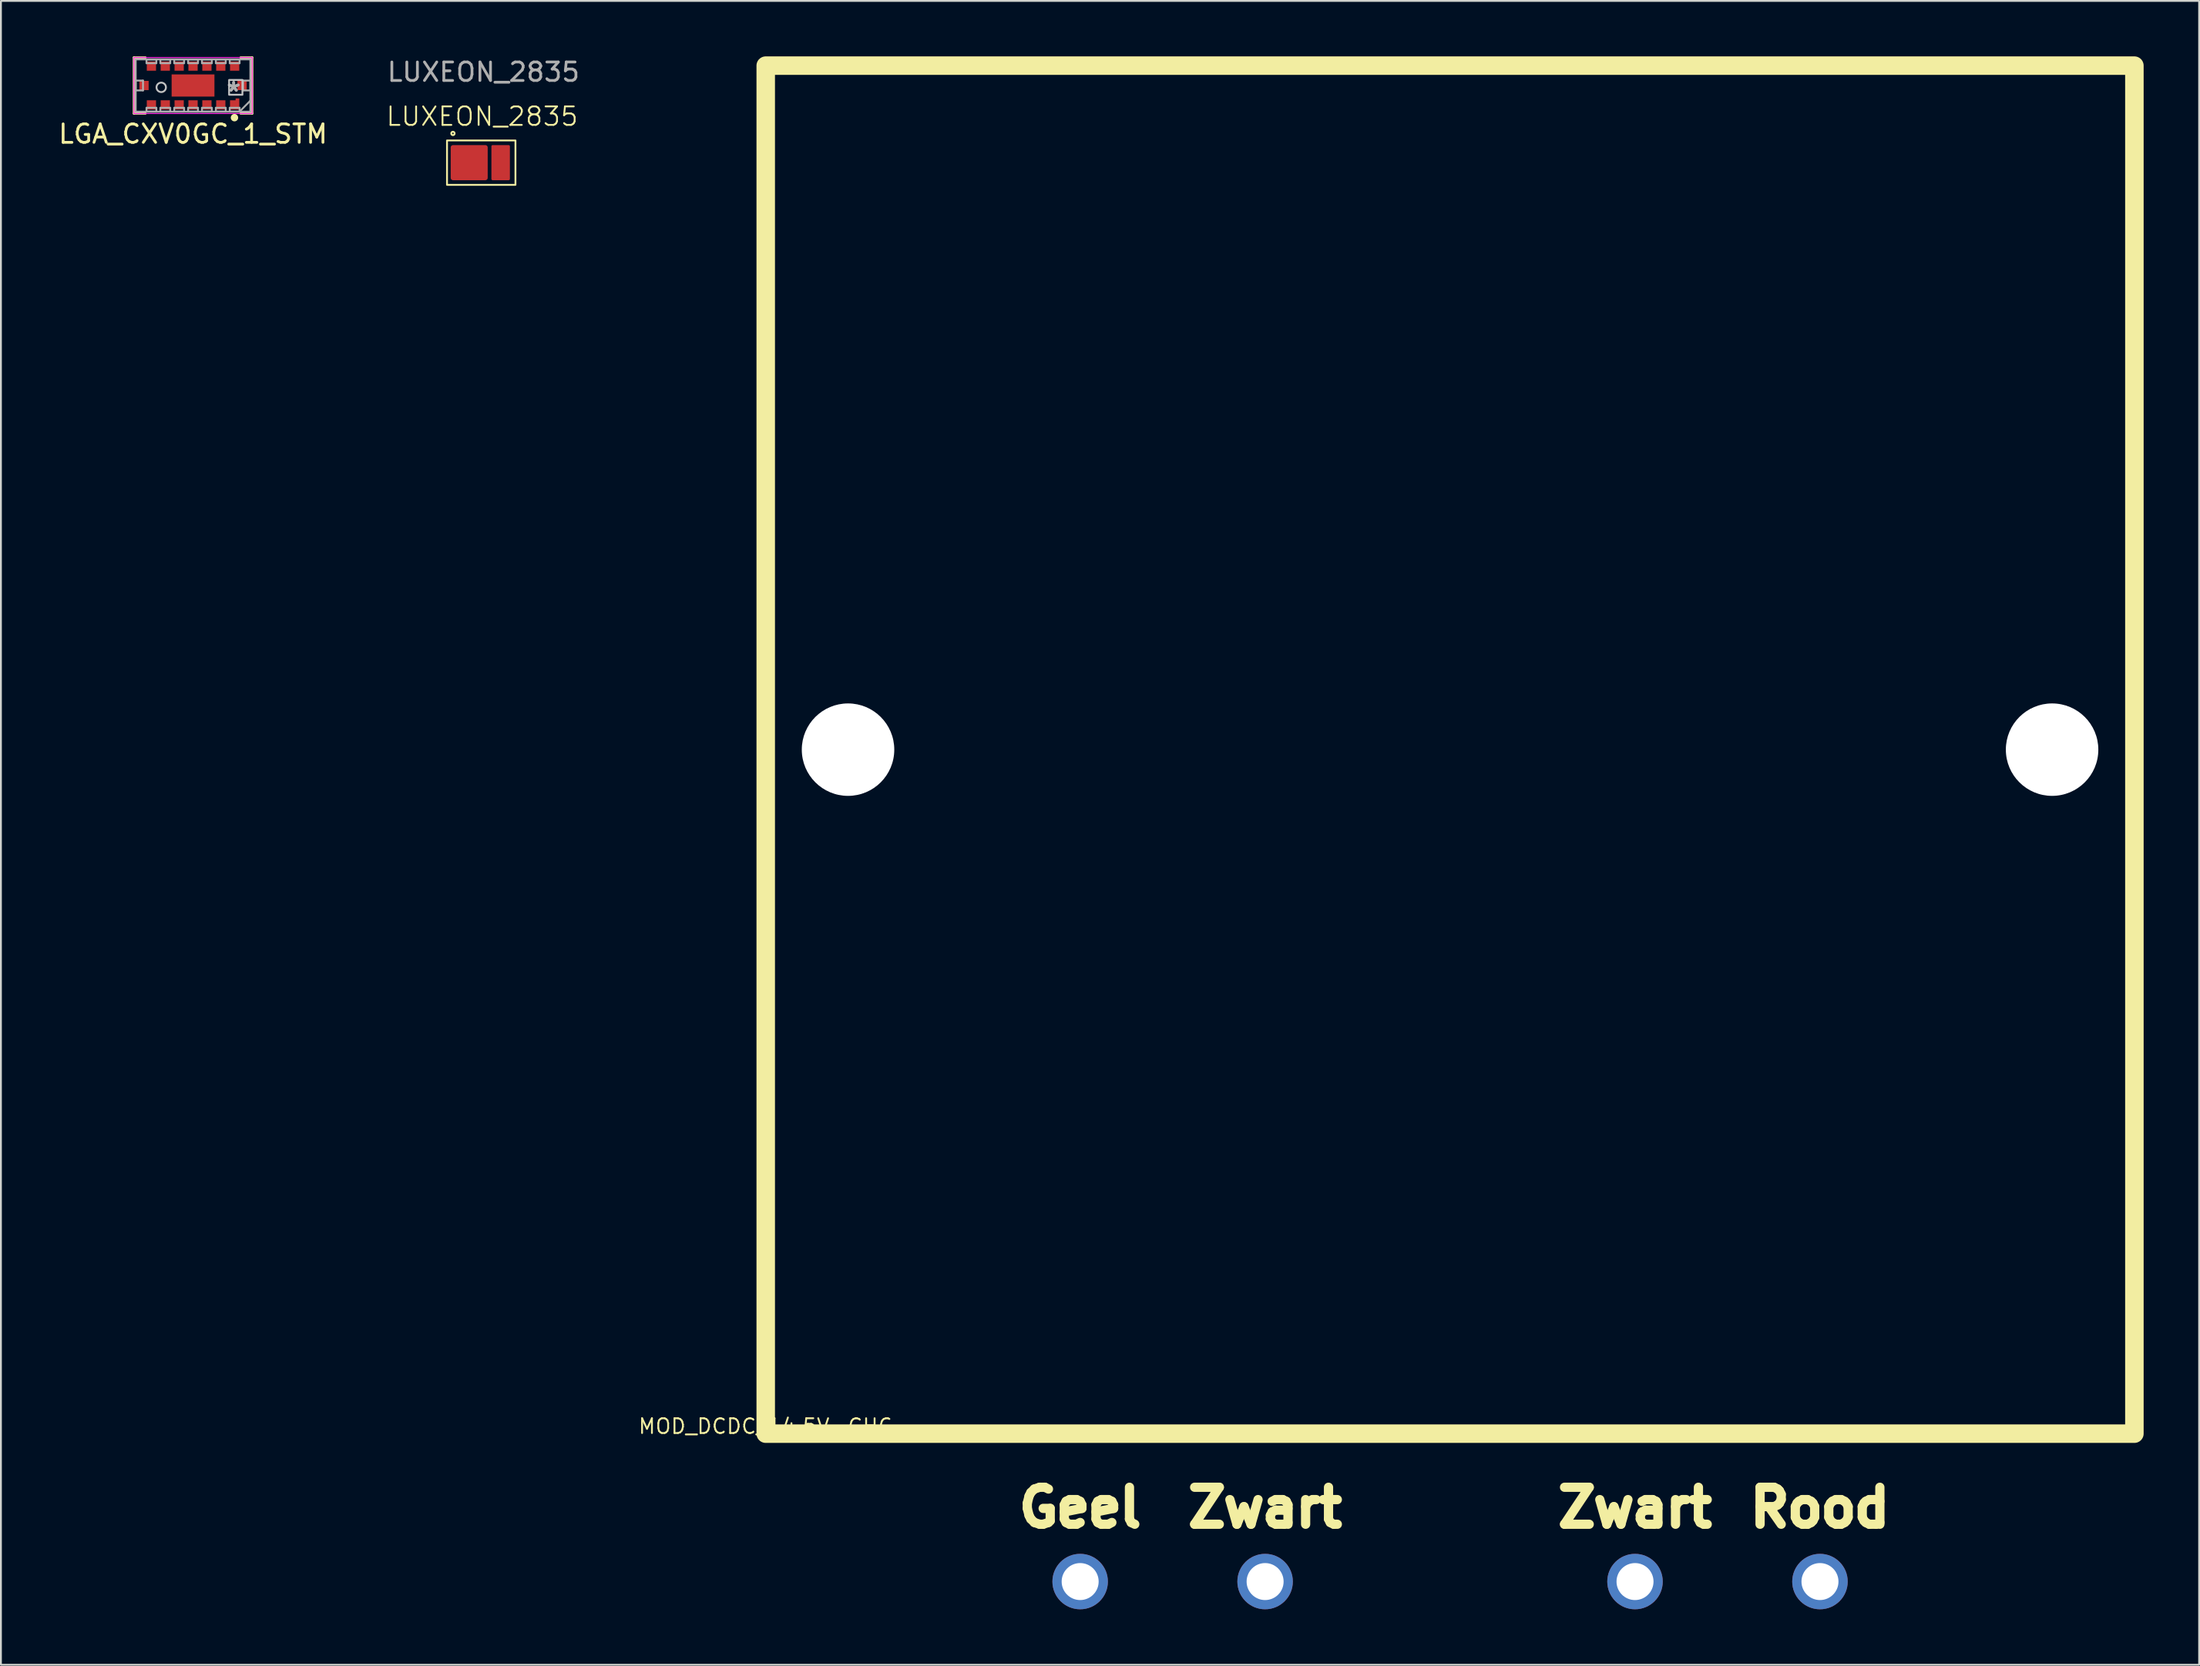
<source format=kicad_pcb>
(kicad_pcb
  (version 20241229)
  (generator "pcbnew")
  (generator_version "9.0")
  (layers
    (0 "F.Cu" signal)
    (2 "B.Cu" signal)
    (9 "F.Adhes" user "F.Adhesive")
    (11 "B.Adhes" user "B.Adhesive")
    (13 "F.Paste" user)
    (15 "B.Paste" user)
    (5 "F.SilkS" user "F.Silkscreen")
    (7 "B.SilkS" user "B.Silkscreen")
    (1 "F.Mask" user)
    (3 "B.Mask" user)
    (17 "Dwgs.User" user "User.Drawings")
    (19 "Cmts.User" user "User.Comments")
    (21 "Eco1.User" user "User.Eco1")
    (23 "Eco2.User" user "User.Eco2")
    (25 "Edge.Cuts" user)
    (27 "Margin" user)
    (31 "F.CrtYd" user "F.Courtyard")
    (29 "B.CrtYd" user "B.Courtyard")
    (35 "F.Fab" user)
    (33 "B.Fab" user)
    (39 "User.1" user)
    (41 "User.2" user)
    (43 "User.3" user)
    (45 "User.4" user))
  (footprint "LGA_CXV0GC_1_STM"
    (layer "F.Cu")
    (at 7.387 1.575)
    (property "Reference" "LGA_CXV0GC_1_STM" (at 0 2.62 0) (layer "F.SilkS") (effects (font (size 1 1) (thickness 0.15))))
    (attr smd)
    (fp_line (start -3.2 -1.515) (end -2.57 -1.515) (stroke (width 0.12) (type solid)) (layer "F.SilkS"))
    (fp_line (start -3.2 1.515) (end -3.2 -1.515) (stroke (width 0.12) (type solid)) (layer "F.SilkS"))
    (fp_line (start -2.57 1.515) (end -3.2 1.515) (stroke (width 0.12) (type solid)) (layer "F.SilkS"))
    (fp_line (start 2.57 -1.515) (end 3.2 -1.515) (stroke (width 0.12) (type solid)) (layer "F.SilkS"))
    (fp_line (start 3.2 -1.515) (end 3.2 1.515) (stroke (width 0.12) (type solid)) (layer "F.SilkS"))
    (fp_line (start 3.2 1.515) (end 2.57 1.515) (stroke (width 0.12) (type solid)) (layer "F.SilkS"))
    (fp_circle (center 2.24 1.74) (end 2.34 1.74) (stroke (width 0.2) (type solid)) (fill yes) (layer "F.SilkS"))
    (fp_rect (start 1.95 -0.3) (end 2.67 0.5) (stroke (width 0.1) (type default)) (fill no) (layer "Dwgs.User"))
    (fp_circle (center -1.72 0.1) (end -1.465 0.1) (stroke (width 0.1) (type solid)) (fill no) (layer "Dwgs.User"))
    (fp_line (start -3.2 -1.515) (end 3.2 -1.515) (stroke (width 0.05) (type solid)) (layer "F.CrtYd"))
    (fp_line (start -3.2 1.515) (end -3.2 -1.515) (stroke (width 0.05) (type solid)) (layer "F.CrtYd"))
    (fp_line (start -3.2 1.515) (end 3.2 1.515) (stroke (width 0.05) (type solid)) (layer "F.CrtYd"))
    (fp_line (start 3.2 -1.515) (end 3.2 1.515) (stroke (width 0.05) (type solid)) (layer "F.CrtYd"))
    (fp_line (start -3.1 -1.415) (end -3.1 1.415) (stroke (width 0.1) (type solid)) (layer "F.Fab"))
    (fp_line (start -3.1 1.415) (end 3.1 1.415) (stroke (width 0.1) (type solid)) (layer "F.Fab"))
    (fp_line (start -3.099 -1.41) (end -3.099 -1.41) (stroke (width 0.1) (type solid)) (layer "F.Fab"))
    (fp_line (start -3.099 -0.267) (end -2.705 -0.267) (stroke (width 0.1) (type solid)) (layer "F.Fab"))
    (fp_line (start -3.099 0.267) (end -3.099 -0.267) (stroke (width 0.1) (type solid)) (layer "F.Fab"))
    (fp_line (start -3.099 1.41) (end -3.099 1.41) (stroke (width 0.1) (type solid)) (layer "F.Fab"))
    (fp_line (start -2.705 -0.267) (end -2.705 0.267) (stroke (width 0.1) (type solid)) (layer "F.Fab"))
    (fp_line (start -2.705 0.267) (end -3.099 0.267) (stroke (width 0.1) (type solid)) (layer "F.Fab"))
    (fp_line (start -2.517 -1.41) (end -1.983 -1.41) (stroke (width 0.1) (type solid)) (layer "F.Fab"))
    (fp_line (start -2.517 -1.206) (end -2.517 -1.41) (stroke (width 0.1) (type solid)) (layer "F.Fab"))
    (fp_line (start -2.517 1.206) (end -1.983 1.206) (stroke (width 0.1) (type solid)) (layer "F.Fab"))
    (fp_line (start -2.517 1.41) (end -2.517 1.206) (stroke (width 0.1) (type solid)) (layer "F.Fab"))
    (fp_line (start -1.983 -1.41) (end -1.983 -1.206) (stroke (width 0.1) (type solid)) (layer "F.Fab"))
    (fp_line (start -1.983 -1.206) (end -2.517 -1.206) (stroke (width 0.1) (type solid)) (layer "F.Fab"))
    (fp_line (start -1.983 1.206) (end -1.983 1.41) (stroke (width 0.1) (type solid)) (layer "F.Fab"))
    (fp_line (start -1.983 1.41) (end -2.517 1.41) (stroke (width 0.1) (type solid)) (layer "F.Fab"))
    (fp_line (start -1.767 -1.41) (end -1.233 -1.41) (stroke (width 0.1) (type solid)) (layer "F.Fab"))
    (fp_line (start -1.767 -1.206) (end -1.767 -1.41) (stroke (width 0.1) (type solid)) (layer "F.Fab"))
    (fp_line (start -1.767 1.206) (end -1.233 1.206) (stroke (width 0.1) (type solid)) (layer "F.Fab"))
    (fp_line (start -1.767 1.41) (end -1.767 1.206) (stroke (width 0.1) (type solid)) (layer "F.Fab"))
    (fp_line (start -1.233 -1.41) (end -1.233 -1.206) (stroke (width 0.1) (type solid)) (layer "F.Fab"))
    (fp_line (start -1.233 -1.206) (end -1.767 -1.206) (stroke (width 0.1) (type solid)) (layer "F.Fab"))
    (fp_line (start -1.233 1.206) (end -1.233 1.41) (stroke (width 0.1) (type solid)) (layer "F.Fab"))
    (fp_line (start -1.233 1.41) (end -1.767 1.41) (stroke (width 0.1) (type solid)) (layer "F.Fab"))
    (fp_line (start -1.017 -1.41) (end -0.483 -1.41) (stroke (width 0.1) (type solid)) (layer "F.Fab"))
    (fp_line (start -1.017 -1.206) (end -1.017 -1.41) (stroke (width 0.1) (type solid)) (layer "F.Fab"))
    (fp_line (start -1.017 1.206) (end -0.483 1.206) (stroke (width 0.1) (type solid)) (layer "F.Fab"))
    (fp_line (start -1.017 1.41) (end -1.017 1.206) (stroke (width 0.1) (type solid)) (layer "F.Fab"))
    (fp_line (start -0.483 -1.41) (end -0.483 -1.206) (stroke (width 0.1) (type solid)) (layer "F.Fab"))
    (fp_line (start -0.483 -1.206) (end -1.017 -1.206) (stroke (width 0.1) (type solid)) (layer "F.Fab"))
    (fp_line (start -0.483 1.206) (end -0.483 1.41) (stroke (width 0.1) (type solid)) (layer "F.Fab"))
    (fp_line (start -0.483 1.41) (end -1.017 1.41) (stroke (width 0.1) (type solid)) (layer "F.Fab"))
    (fp_line (start -0.267 -1.41) (end 0.267 -1.41) (stroke (width 0.1) (type solid)) (layer "F.Fab"))
    (fp_line (start -0.267 -1.206) (end -0.267 -1.41) (stroke (width 0.1) (type solid)) (layer "F.Fab"))
    (fp_line (start -0.267 1.206) (end 0.267 1.206) (stroke (width 0.1) (type solid)) (layer "F.Fab"))
    (fp_line (start -0.267 1.41) (end -0.267 1.206) (stroke (width 0.1) (type solid)) (layer "F.Fab"))
    (fp_line (start 0.267 -1.41) (end 0.267 -1.206) (stroke (width 0.1) (type solid)) (layer "F.Fab"))
    (fp_line (start 0.267 -1.206) (end -0.267 -1.206) (stroke (width 0.1) (type solid)) (layer "F.Fab"))
    (fp_line (start 0.267 1.206) (end 0.267 1.41) (stroke (width 0.1) (type solid)) (layer "F.Fab"))
    (fp_line (start 0.267 1.41) (end -0.267 1.41) (stroke (width 0.1) (type solid)) (layer "F.Fab"))
    (fp_line (start 0.483 -1.41) (end 1.017 -1.41) (stroke (width 0.1) (type solid)) (layer "F.Fab"))
    (fp_line (start 0.483 -1.206) (end 0.483 -1.41) (stroke (width 0.1) (type solid)) (layer "F.Fab"))
    (fp_line (start 0.483 1.206) (end 1.017 1.206) (stroke (width 0.1) (type solid)) (layer "F.Fab"))
    (fp_line (start 0.483 1.41) (end 0.483 1.206) (stroke (width 0.1) (type solid)) (layer "F.Fab"))
    (fp_line (start 1.017 -1.41) (end 1.017 -1.206) (stroke (width 0.1) (type solid)) (layer "F.Fab"))
    (fp_line (start 1.017 -1.206) (end 0.483 -1.206) (stroke (width 0.1) (type solid)) (layer "F.Fab"))
    (fp_line (start 1.017 1.206) (end 1.017 1.41) (stroke (width 0.1) (type solid)) (layer "F.Fab"))
    (fp_line (start 1.017 1.41) (end 0.483 1.41) (stroke (width 0.1) (type solid)) (layer "F.Fab"))
    (fp_line (start 1.233 -1.41) (end 1.767 -1.41) (stroke (width 0.1) (type solid)) (layer "F.Fab"))
    (fp_line (start 1.233 -1.206) (end 1.233 -1.41) (stroke (width 0.1) (type solid)) (layer "F.Fab"))
    (fp_line (start 1.233 1.206) (end 1.767 1.206) (stroke (width 0.1) (type solid)) (layer "F.Fab"))
    (fp_line (start 1.233 1.41) (end 1.233 1.206) (stroke (width 0.1) (type solid)) (layer "F.Fab"))
    (fp_line (start 1.767 -1.41) (end 1.767 -1.206) (stroke (width 0.1) (type solid)) (layer "F.Fab"))
    (fp_line (start 1.767 -1.206) (end 1.233 -1.206) (stroke (width 0.1) (type solid)) (layer "F.Fab"))
    (fp_line (start 1.767 1.206) (end 1.767 1.41) (stroke (width 0.1) (type solid)) (layer "F.Fab"))
    (fp_line (start 1.767 1.41) (end 1.233 1.41) (stroke (width 0.1) (type solid)) (layer "F.Fab"))
    (fp_line (start 1.983 -1.41) (end 2.517 -1.41) (stroke (width 0.1) (type solid)) (layer "F.Fab"))
    (fp_line (start 1.983 -1.206) (end 1.983 -1.41) (stroke (width 0.1) (type solid)) (layer "F.Fab"))
    (fp_line (start 1.983 1.206) (end 2.517 1.206) (stroke (width 0.1) (type solid)) (layer "F.Fab"))
    (fp_line (start 1.983 1.41) (end 1.983 1.206) (stroke (width 0.1) (type solid)) (layer "F.Fab"))
    (fp_line (start 2.517 -1.41) (end 2.517 -1.206) (stroke (width 0.1) (type solid)) (layer "F.Fab"))
    (fp_line (start 2.517 -1.206) (end 1.983 -1.206) (stroke (width 0.1) (type solid)) (layer "F.Fab"))
    (fp_line (start 2.517 1.206) (end 2.517 1.41) (stroke (width 0.1) (type solid)) (layer "F.Fab"))
    (fp_line (start 2.517 1.41) (end 1.983 1.41) (stroke (width 0.1) (type solid)) (layer "F.Fab"))
    (fp_line (start 2.705 -0.267) (end 3.099 -0.267) (stroke (width 0.1) (type solid)) (layer "F.Fab"))
    (fp_line (start 2.705 0.267) (end 2.705 -0.267) (stroke (width 0.1) (type solid)) (layer "F.Fab"))
    (fp_line (start 3.099 -1.41) (end 3.099 -1.41) (stroke (width 0.1) (type solid)) (layer "F.Fab"))
    (fp_line (start 3.099 -0.267) (end 3.099 0.267) (stroke (width 0.1) (type solid)) (layer "F.Fab"))
    (fp_line (start 3.099 0.267) (end 2.705 0.267) (stroke (width 0.1) (type solid)) (layer "F.Fab"))
    (fp_line (start 3.099 1.41) (end 3.099 1.41) (stroke (width 0.1) (type solid)) (layer "F.Fab"))
    (fp_line (start 3.1 -1.415) (end -3.1 -1.415) (stroke (width 0.1) (type solid)) (layer "F.Fab"))
    (fp_line (start 3.1 0.82) (end 2.517 1.41) (stroke (width 0.1) (type solid)) (layer "F.Fab"))
    (fp_line (start 3.1 1.415) (end 3.1 -1.415) (stroke (width 0.1) (type solid)) (layer "F.Fab"))
    (fp_text user "*" (at 2.197 0.375 180) (layer "F.Fab") (effects (font (size 1 1) (thickness 0.15))))
    (fp_text user "*" (at 2.197 0.375 180) (layer "F.Fab") (effects (font (size 1 1) (thickness 0.15))))
    (pad "A1" smd custom (at 2.4 0.75) (size 0.2 0.1) (layers "F.Cu" "F.Mask" "F.Paste") (options (anchor rect)) (primitives (gr_poly (pts (xy -0.4 0.05) (xy 0.1 0.05) (xy 0.1 0.55) (xy -0.4 0.55)) (width 0.001) (fill yes))))
    (pad "A2" smd rect (at 1.5 1.05) (size 0.5 0.5) (layers "F.Cu" "F.Mask" "F.Paste"))
    (pad "A3" smd rect (at 0.75 1.05) (size 0.5 0.5) (layers "F.Cu" "F.Mask" "F.Paste"))
    (pad "A4" smd rect (at 0 1.05) (size 0.5 0.5) (layers "F.Cu" "F.Mask" "F.Paste"))
    (pad "A5" smd rect (at -0.75 1.05) (size 0.5 0.5) (layers "F.Cu" "F.Mask" "F.Paste"))
    (pad "A6" smd rect (at -1.5 1.05) (size 0.5 0.5) (layers "F.Cu" "F.Mask" "F.Paste"))
    (pad "A7" smd rect (at -2.25 1.05) (size 0.5 0.5) (layers "F.Cu" "F.Mask" "F.Paste"))
    (pad "B1" smd rect (at 2.65 0 90) (size 0.5 0.5) (layers "F.Cu" "F.Mask" "F.Paste"))
    (pad "B4" smd rect (at 0 0) (size 2.316 1.2) (layers "F.Cu" "F.Mask" "F.Paste"))
    (pad "B7" smd rect (at -2.65 0 90) (size 0.5 0.5) (layers "F.Cu" "F.Mask" "F.Paste"))
    (pad "C1" smd rect (at 2.25 -1.05) (size 0.5 0.5) (layers "F.Cu" "F.Mask" "F.Paste"))
    (pad "C2" smd rect (at 1.5 -1.05) (size 0.5 0.5) (layers "F.Cu" "F.Mask" "F.Paste"))
    (pad "C3" smd rect (at 0.75 -1.05) (size 0.5 0.5) (layers "F.Cu" "F.Mask" "F.Paste"))
    (pad "C4" smd rect (at 0 -1.05) (size 0.5 0.5) (layers "F.Cu" "F.Mask" "F.Paste"))
    (pad "C5" smd rect (at -0.75 -1.05) (size 0.5 0.5) (layers "F.Cu" "F.Mask" "F.Paste"))
    (pad "C6" smd rect (at -1.5 -1.05) (size 0.5 0.5) (layers "F.Cu" "F.Mask" "F.Paste"))
    (pad "C7" smd rect (at -2.25 -1.05) (size 0.5 0.5) (layers "F.Cu" "F.Mask" "F.Paste")))
  (footprint "MOD_DCDC_14.5V-CHG"
    (layer "F.Cu")
    (at 75.351 37.5)
    (property "Reference" "MOD_DCDC_14.5V-CHG" (at -37 36.6 0) (unlocked yes) (layer "F.SilkS") (effects (font (size 0.8 0.8) (thickness 0.1))))
    (attr through_hole)
    (fp_rect (start -37 -37) (end 37 37) (stroke (width 1) (type default)) (fill no) (layer "F.SilkS"))
    (fp_text user "Zwart" (at -10 41 0) (unlocked yes) (layer "F.SilkS") (effects (font (size 2 2) (thickness 0.5) (bold yes))))
    (fp_text user "Rood" (at 20 41 0) (unlocked yes) (layer "F.SilkS") (effects (font (size 2 2) (thickness 0.5) (bold yes))))
    (fp_text user "Geel" (at -20 41 0) (unlocked yes) (layer "F.SilkS") (effects (font (size 2 2) (thickness 0.5) (bold yes))))
    (fp_text user "Zwart" (at 10 41 0) (unlocked yes) (layer "F.SilkS") (effects (font (size 2 2) (thickness 0.5) (bold yes))))
    (pad "" np_thru_hole circle (at -32.55 0) (size 5 5) (drill 5) (layers "*.Cu" "*.Mask"))
    (pad "" np_thru_hole circle (at 32.55 0) (size 5 5) (drill 5) (layers "*.Cu" "*.Mask"))
    (pad "1" thru_hole circle (at 20 45) (size 3 3) (drill 2) (layers "*.Cu" "*.Mask"))
    (pad "2" thru_hole circle (at 10 45) (size 3 3) (drill 2) (layers "*.Cu" "*.Mask"))
    (pad "3" thru_hole circle (at -20 45) (size 3 3) (drill 2) (layers "*.Cu" "*.Mask"))
    (pad "4" thru_hole circle (at -10 45) (size 3 3) (drill 2) (layers "*.Cu" "*.Mask")))
  (footprint "LUXEON_2835"
    (layer "F.Cu")
    (at 23.019 5.748)
    (property "Reference" "LUXEON_2835" (at 0 -2.5 0) (unlocked yes) (layer "F.SilkS") (effects (font (size 1 1) (thickness 0.1))))
    (attr smd)
    (fp_rect (start -1.9 -1.2) (end 1.8 1.2) (stroke (width 0.1) (type default)) (fill no) (layer "F.SilkS"))
    (fp_circle (center -1.58 -1.58) (end -1.54 -1.59) (stroke (width 0.1) (type default)) (fill no) (layer "F.SilkS"))
    (fp_text user "${REFERENCE}" (at 0.07 -4.9 0) (unlocked yes) (layer "F.Fab") (effects (font (size 1 1) (thickness 0.15))))
    (pad "1" smd roundrect (at -0.7 0) (size 2 1.9) (layers "F.Cu" "F.Mask" "F.Paste") (roundrect_rratio 0.066))
    (pad "2" smd roundrect (at 1 0) (size 1 1.9) (layers "F.Cu" "F.Mask" "F.Paste") (roundrect_rratio 0.066)))
  (gr_rect
    (start -3 -3)
    (end 115.851 87)
    (stroke (width 0.1) (type default))
    (fill no)
    (layer "Edge.Cuts")))
</source>
